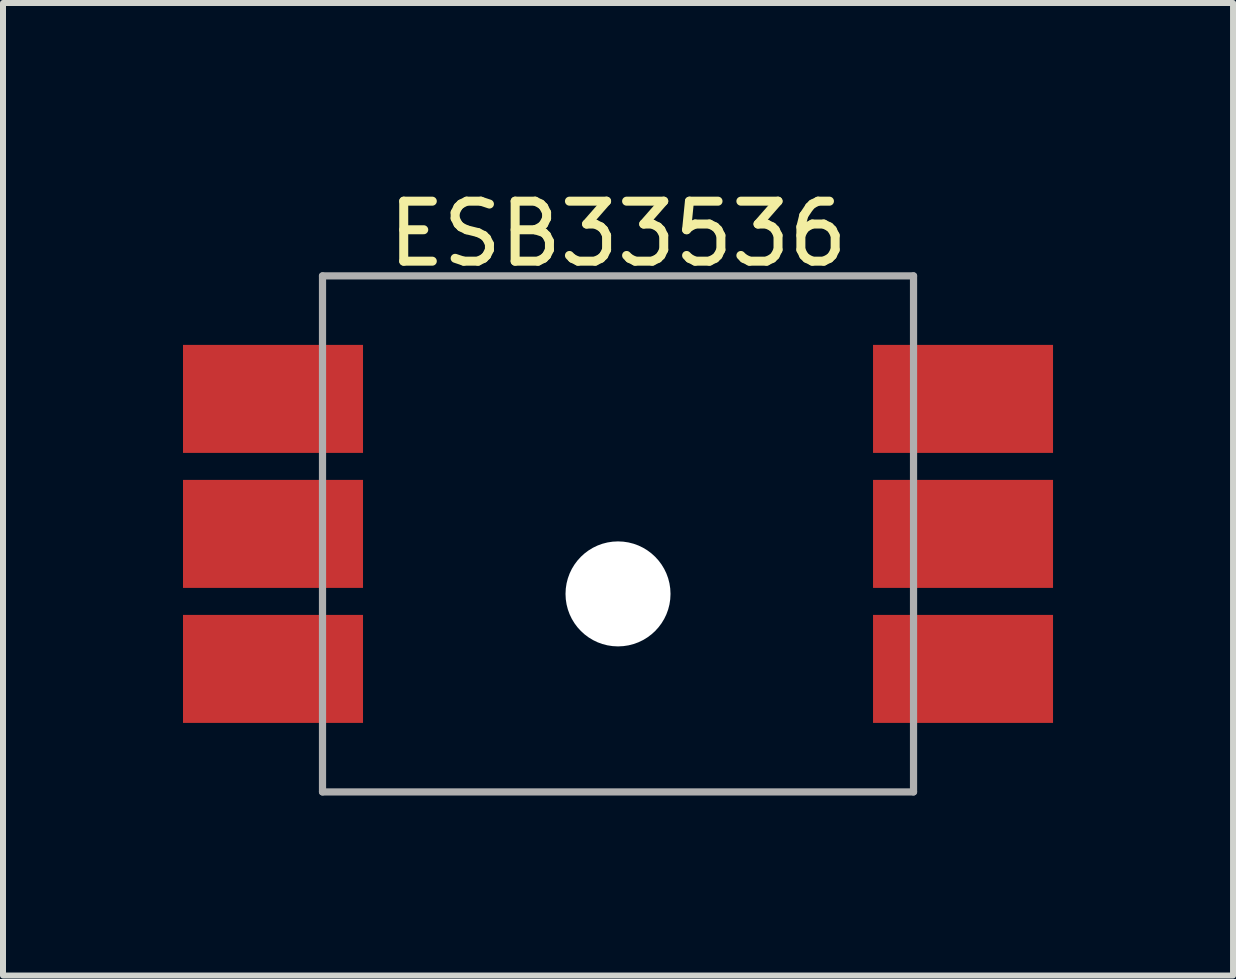
<source format=kicad_pcb>
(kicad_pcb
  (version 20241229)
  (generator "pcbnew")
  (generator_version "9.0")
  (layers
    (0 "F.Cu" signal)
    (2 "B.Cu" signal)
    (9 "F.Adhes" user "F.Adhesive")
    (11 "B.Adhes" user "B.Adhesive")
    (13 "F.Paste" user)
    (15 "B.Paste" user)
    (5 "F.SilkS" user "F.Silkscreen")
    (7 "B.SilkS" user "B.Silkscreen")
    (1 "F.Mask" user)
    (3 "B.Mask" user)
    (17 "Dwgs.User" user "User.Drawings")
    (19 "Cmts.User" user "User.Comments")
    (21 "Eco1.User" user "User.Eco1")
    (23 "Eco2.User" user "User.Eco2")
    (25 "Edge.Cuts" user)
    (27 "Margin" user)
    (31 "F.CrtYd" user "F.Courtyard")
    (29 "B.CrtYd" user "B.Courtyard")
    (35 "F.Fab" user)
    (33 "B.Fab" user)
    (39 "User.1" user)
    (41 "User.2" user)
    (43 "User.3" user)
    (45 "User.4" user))
  (footprint "ESB33536"
    (layer "F.Cu")
    (at 7.25 5.848)
    (property "Reference" "ESB33536" (at 0 -5 0) (layer "F.SilkS") (effects (font (size 1 1) (thickness 0.15))))
    (attr through_hole)
    (fp_line (start -4.925 -4.3) (end 4.925 -4.3) (stroke (width 0.12) (type solid)) (layer "F.Fab"))
    (fp_line (start -4.925 4.3) (end -4.925 -4.3) (stroke (width 0.12) (type solid)) (layer "F.Fab"))
    (fp_line (start 4.925 -4.3) (end 4.925 4.3) (stroke (width 0.12) (type solid)) (layer "F.Fab"))
    (fp_line (start 4.925 4.3) (end -4.925 4.3) (stroke (width 0.12) (type solid)) (layer "F.Fab"))
    (pad "" smd rect (at -5.75 -2.25) (size 3 1.8) (layers "F.Cu" "F.Mask" "F.Paste"))
    (pad "" smd rect (at -5.75 0) (size 3 1.8) (layers "F.Cu" "F.Mask" "F.Paste"))
    (pad "" smd rect (at -5.75 2.25) (size 3 1.8) (layers "F.Cu" "F.Mask" "F.Paste"))
    (pad "" np_thru_hole circle (at 0 1) (size 1.75 1.75) (drill 1.75) (layers "*.Cu" "*.Mask"))
    (pad "" smd rect (at 5.75 -2.25) (size 3 1.8) (layers "F.Cu" "F.Mask" "F.Paste"))
    (pad "" smd rect (at 5.75 0) (size 3 1.8) (layers "F.Cu" "F.Mask" "F.Paste"))
    (pad "" smd rect (at 5.75 2.25) (size 3 1.8) (layers "F.Cu" "F.Mask" "F.Paste")))
  (gr_rect
    (start -3 -3)
    (end 17.5 13.208)
    (stroke (width 0.1) (type default))
    (fill no)
    (layer "Edge.Cuts")))
</source>
